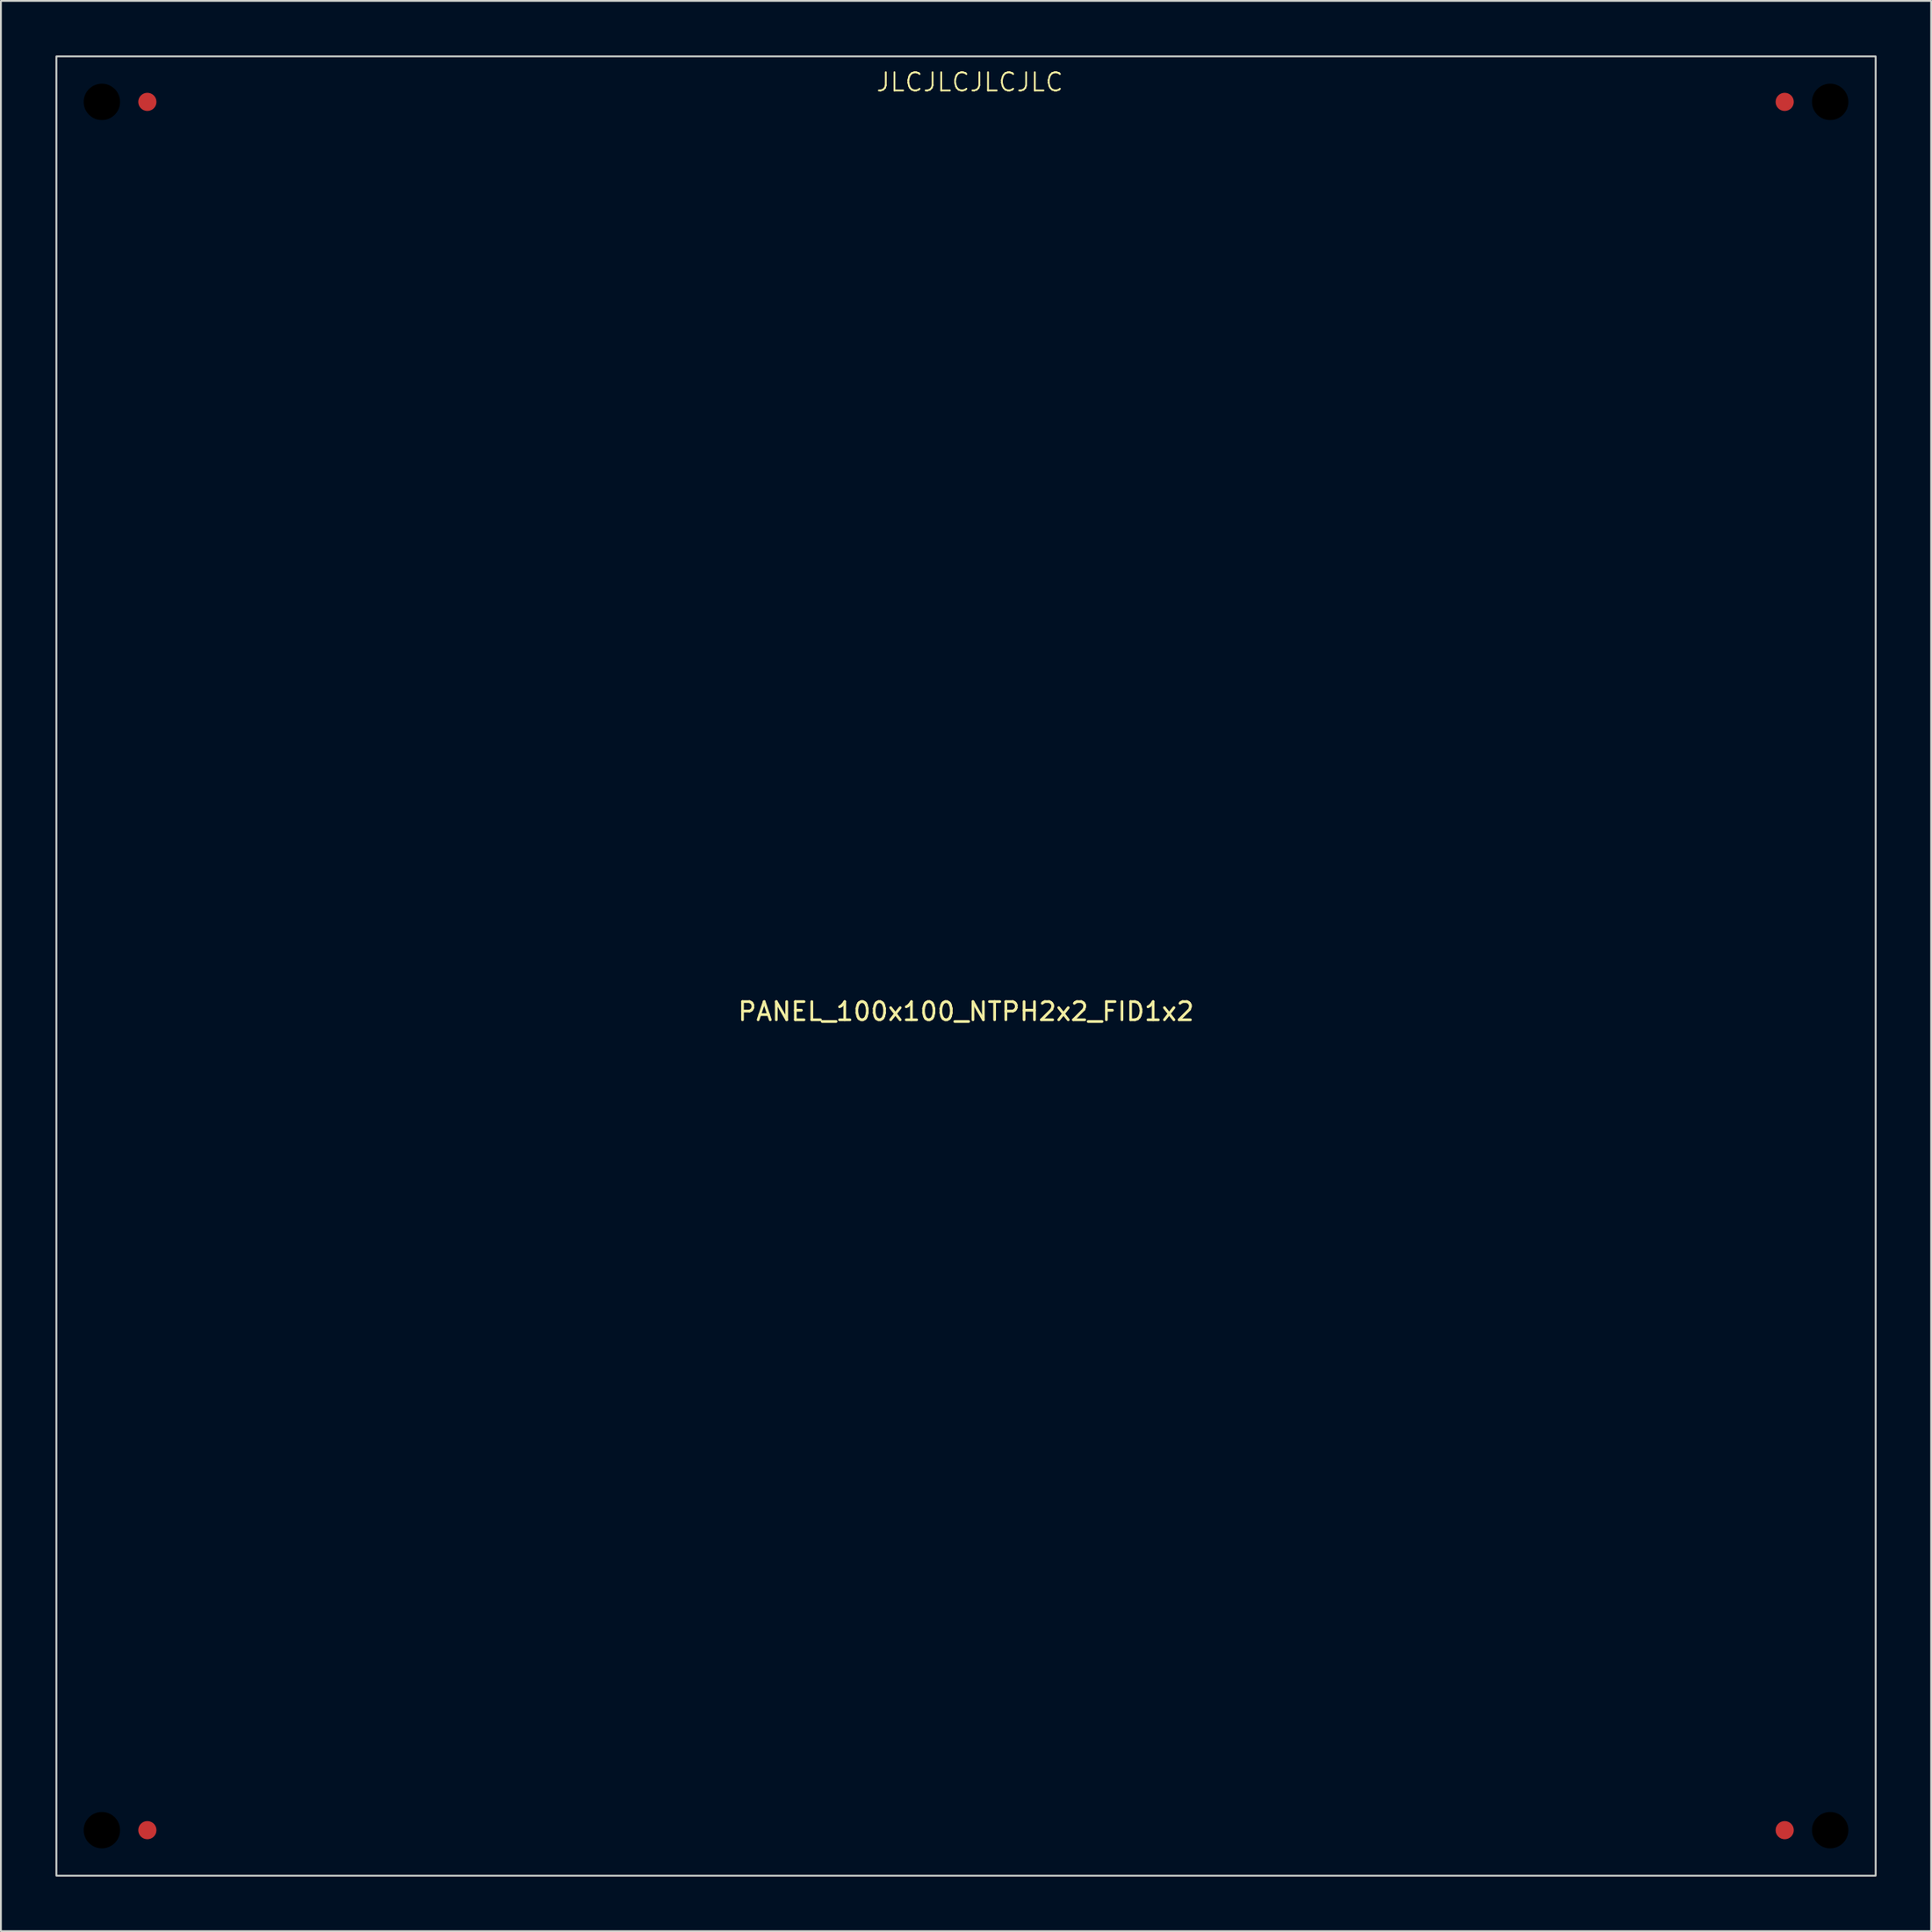
<source format=kicad_pcb>
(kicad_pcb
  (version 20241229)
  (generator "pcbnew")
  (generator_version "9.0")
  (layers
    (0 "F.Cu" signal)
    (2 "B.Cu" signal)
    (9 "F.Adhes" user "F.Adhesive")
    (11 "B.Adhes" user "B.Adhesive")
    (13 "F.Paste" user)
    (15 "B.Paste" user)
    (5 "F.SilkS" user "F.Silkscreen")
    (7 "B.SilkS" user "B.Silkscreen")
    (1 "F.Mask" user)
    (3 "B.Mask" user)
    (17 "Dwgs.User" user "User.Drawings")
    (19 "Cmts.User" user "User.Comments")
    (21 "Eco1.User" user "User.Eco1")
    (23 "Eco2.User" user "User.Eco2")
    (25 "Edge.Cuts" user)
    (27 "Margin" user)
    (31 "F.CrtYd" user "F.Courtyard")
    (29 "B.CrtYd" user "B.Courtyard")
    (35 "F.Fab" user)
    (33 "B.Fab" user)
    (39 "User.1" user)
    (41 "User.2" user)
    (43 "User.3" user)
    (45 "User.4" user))
  (footprint "PANEL_100x100_NTPH2x2_FID1x2"
    (layer "F.Cu")
    (at 50.05 50.05)
    (property "Reference" "PANEL_100x100_NTPH2x2_FID1x2" (at 0 2.5 0) (layer "F.SilkS") (effects (font (size 1 1) (thickness 0.15))))
    (attr through_hole)
    (fp_rect (start -50 -50) (end 50 50) (stroke (width 0.1) (type default)) (fill no) (layer "Edge.Cuts"))
    (fp_text user "JLCJLCJLCJLC" (at -5 -48 0) (unlocked yes) (layer "F.SilkS") (effects (font (size 1 1) (thickness 0.1)) (justify left bottom)))
    (pad "" np_thru_hole circle (at -47.5 -47.5) (size 2 2) (drill 2) (layers "*.Mask"))
    (pad "" np_thru_hole circle (at -47.5 47.5) (size 2 2) (drill 2) (layers "*.Mask"))
    (pad "" smd circle (at -45 -47.5) (size 1 1) (layers "F.Cu" "F.Mask"))
    (pad "" smd circle (at -45 47.5) (size 1 1) (layers "F.Cu" "F.Mask"))
    (pad "" smd circle (at 45 -47.5 180) (size 1 1) (layers "F.Cu" "F.Mask"))
    (pad "" smd circle (at 45 47.5 180) (size 1 1) (layers "F.Cu" "F.Mask"))
    (pad "" np_thru_hole circle (at 47.5 -47.5 180) (size 2 2) (drill 2) (layers "*.Mask"))
    (pad "" np_thru_hole circle (at 47.5 47.5 180) (size 2 2) (drill 2) (layers "*.Mask")))
  (gr_rect
    (start -3 -3)
    (end 103.1 103.1)
    (stroke (width 0.1) (type default))
    (fill no)
    (layer "Edge.Cuts")))
</source>
